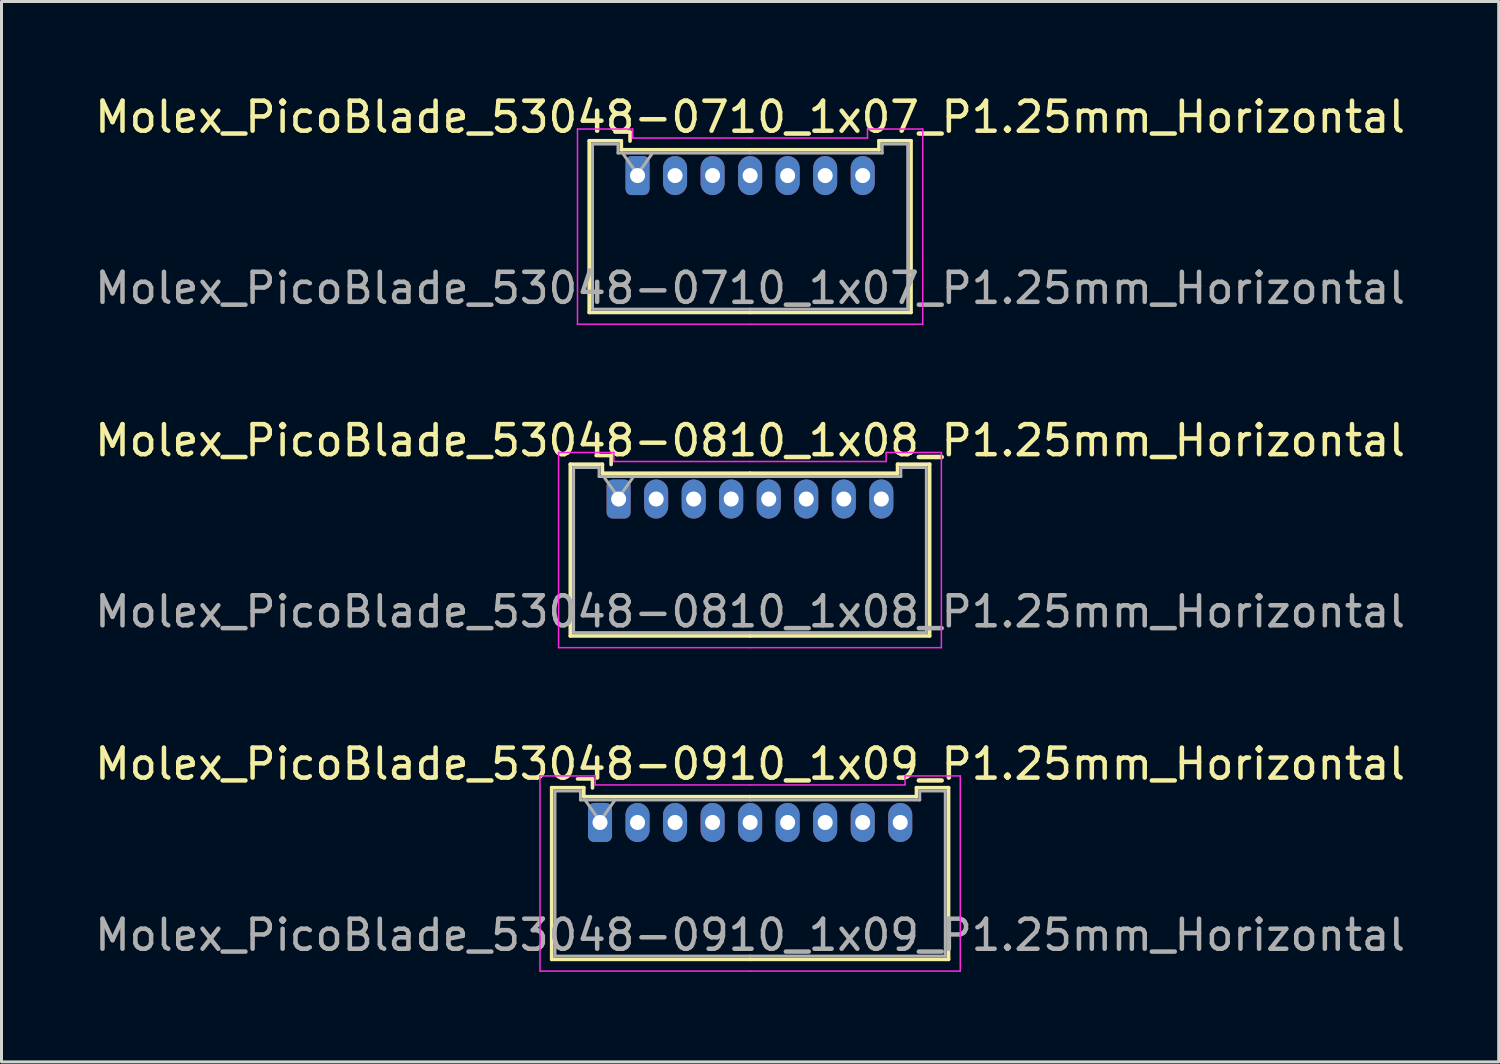
<source format=kicad_pcb>
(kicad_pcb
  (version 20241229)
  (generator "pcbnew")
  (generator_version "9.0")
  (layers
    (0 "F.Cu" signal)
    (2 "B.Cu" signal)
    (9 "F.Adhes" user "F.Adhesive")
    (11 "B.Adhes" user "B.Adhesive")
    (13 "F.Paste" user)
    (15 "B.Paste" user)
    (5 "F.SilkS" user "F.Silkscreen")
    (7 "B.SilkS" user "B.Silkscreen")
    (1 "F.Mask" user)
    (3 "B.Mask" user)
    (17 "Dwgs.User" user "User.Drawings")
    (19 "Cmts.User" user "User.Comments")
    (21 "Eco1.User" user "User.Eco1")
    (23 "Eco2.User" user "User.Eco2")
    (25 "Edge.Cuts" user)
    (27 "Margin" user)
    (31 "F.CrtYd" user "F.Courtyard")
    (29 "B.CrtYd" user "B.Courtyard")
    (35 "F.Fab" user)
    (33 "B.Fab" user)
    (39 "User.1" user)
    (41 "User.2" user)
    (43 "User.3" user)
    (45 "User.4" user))
  (footprint "Molex_PicoBlade_53048-0910_1x09_P1.25mm_Horizontal"
    (layer "F.Cu")
    (at 16.935 24.345)
    (property "Reference" "Molex_PicoBlade_53048-0910_1x09_P1.25mm_Horizontal" (at 5 -1.95 0) (layer "F.SilkS") (effects (font (size 1 1) (thickness 0.15))))
    (attr through_hole)
    (fp_line (start -1.61 -1.16) (end -1.61 4.56) (stroke (width 0.12) (type solid)) (layer "F.SilkS"))
    (fp_line (start -1.61 4.56) (end 5 4.56) (stroke (width 0.12) (type solid)) (layer "F.SilkS"))
    (fp_line (start -0.54 -1.16) (end -1.61 -1.16) (stroke (width 0.12) (type solid)) (layer "F.SilkS"))
    (fp_line (start -0.54 -0.86) (end -0.54 -1.16) (stroke (width 0.12) (type solid)) (layer "F.SilkS"))
    (fp_line (start -0.25 -1.45) (end -0.75 -1.45) (stroke (width 0.12) (type solid)) (layer "F.SilkS"))
    (fp_line (start -0.25 -1.15) (end -0.25 -1.45) (stroke (width 0.12) (type solid)) (layer "F.SilkS"))
    (fp_line (start 5 -0.86) (end -0.54 -0.86) (stroke (width 0.12) (type solid)) (layer "F.SilkS"))
    (fp_line (start 5 -0.86) (end 10.54 -0.86) (stroke (width 0.12) (type solid)) (layer "F.SilkS"))
    (fp_line (start 10.54 -1.16) (end 11.61 -1.16) (stroke (width 0.12) (type solid)) (layer "F.SilkS"))
    (fp_line (start 10.54 -0.86) (end 10.54 -1.16) (stroke (width 0.12) (type solid)) (layer "F.SilkS"))
    (fp_line (start 11.61 -1.16) (end 11.61 4.56) (stroke (width 0.12) (type solid)) (layer "F.SilkS"))
    (fp_line (start 11.61 4.56) (end 5 4.56) (stroke (width 0.12) (type solid)) (layer "F.SilkS"))
    (fp_line (start -2 -1.55) (end -2 4.95) (stroke (width 0.05) (type solid)) (layer "F.CrtYd"))
    (fp_line (start -2 4.95) (end 5 4.95) (stroke (width 0.05) (type solid)) (layer "F.CrtYd"))
    (fp_line (start -0.16 -1.55) (end -2 -1.55) (stroke (width 0.05) (type solid)) (layer "F.CrtYd"))
    (fp_line (start -0.16 -1.25) (end -0.16 -1.55) (stroke (width 0.05) (type solid)) (layer "F.CrtYd"))
    (fp_line (start 5 -1.25) (end -0.16 -1.25) (stroke (width 0.05) (type solid)) (layer "F.CrtYd"))
    (fp_line (start 5 -1.25) (end 10.16 -1.25) (stroke (width 0.05) (type solid)) (layer "F.CrtYd"))
    (fp_line (start 10.16 -1.55) (end 12 -1.55) (stroke (width 0.05) (type solid)) (layer "F.CrtYd"))
    (fp_line (start 10.16 -1.25) (end 10.16 -1.55) (stroke (width 0.05) (type solid)) (layer "F.CrtYd"))
    (fp_line (start 12 -1.55) (end 12 4.95) (stroke (width 0.05) (type solid)) (layer "F.CrtYd"))
    (fp_line (start 12 4.95) (end 5 4.95) (stroke (width 0.05) (type solid)) (layer "F.CrtYd"))
    (fp_line (start -1.5 -1.05) (end -1.5 4.45) (stroke (width 0.1) (type solid)) (layer "F.Fab"))
    (fp_line (start -1.5 4.45) (end 5 4.45) (stroke (width 0.1) (type solid)) (layer "F.Fab"))
    (fp_line (start -0.65 -1.05) (end -1.5 -1.05) (stroke (width 0.1) (type solid)) (layer "F.Fab"))
    (fp_line (start -0.65 -0.75) (end -0.65 -1.05) (stroke (width 0.1) (type solid)) (layer "F.Fab"))
    (fp_line (start -0.5 -0.75) (end 0 -0.043) (stroke (width 0.1) (type solid)) (layer "F.Fab"))
    (fp_line (start 0 -0.043) (end 0.5 -0.75) (stroke (width 0.1) (type solid)) (layer "F.Fab"))
    (fp_line (start 5 -0.75) (end -0.65 -0.75) (stroke (width 0.1) (type solid)) (layer "F.Fab"))
    (fp_line (start 5 -0.75) (end 10.65 -0.75) (stroke (width 0.1) (type solid)) (layer "F.Fab"))
    (fp_line (start 10.65 -1.05) (end 11.5 -1.05) (stroke (width 0.1) (type solid)) (layer "F.Fab"))
    (fp_line (start 10.65 -0.75) (end 10.65 -1.05) (stroke (width 0.1) (type solid)) (layer "F.Fab"))
    (fp_line (start 11.5 -1.05) (end 11.5 4.45) (stroke (width 0.1) (type solid)) (layer "F.Fab"))
    (fp_line (start 11.5 4.45) (end 5 4.45) (stroke (width 0.1) (type solid)) (layer "F.Fab"))
    (fp_text user "${REFERENCE}" (at 5 3.75 0) (layer "F.Fab") (effects (font (size 1 1) (thickness 0.15))))
    (pad "1" thru_hole roundrect (at 0 0) (size 0.8 1.3) (drill 0.5) (layers "*.Cu" "*.Mask") (roundrect_rratio 0.25))
    (pad "2" thru_hole oval (at 1.25 0) (size 0.8 1.3) (drill 0.5) (layers "*.Cu" "*.Mask"))
    (pad "3" thru_hole oval (at 2.5 0) (size 0.8 1.3) (drill 0.5) (layers "*.Cu" "*.Mask"))
    (pad "4" thru_hole oval (at 3.75 0) (size 0.8 1.3) (drill 0.5) (layers "*.Cu" "*.Mask"))
    (pad "5" thru_hole oval (at 5 0) (size 0.8 1.3) (drill 0.5) (layers "*.Cu" "*.Mask"))
    (pad "6" thru_hole oval (at 6.25 0) (size 0.8 1.3) (drill 0.5) (layers "*.Cu" "*.Mask"))
    (pad "7" thru_hole oval (at 7.5 0) (size 0.8 1.3) (drill 0.5) (layers "*.Cu" "*.Mask"))
    (pad "8" thru_hole oval (at 8.75 0) (size 0.8 1.3) (drill 0.5) (layers "*.Cu" "*.Mask"))
    (pad "9" thru_hole oval (at 10 0) (size 0.8 1.3) (drill 0.5) (layers "*.Cu" "*.Mask")))
  (footprint "Molex_PicoBlade_53048-0710_1x07_P1.25mm_Horizontal"
    (layer "F.Cu")
    (at 18.185 2.798)
    (property "Reference" "Molex_PicoBlade_53048-0710_1x07_P1.25mm_Horizontal" (at 3.75 -1.95 0) (layer "F.SilkS") (effects (font (size 1 1) (thickness 0.15))))
    (attr through_hole)
    (fp_line (start -1.61 -1.16) (end -1.61 4.56) (stroke (width 0.12) (type solid)) (layer "F.SilkS"))
    (fp_line (start -1.61 4.56) (end 3.75 4.56) (stroke (width 0.12) (type solid)) (layer "F.SilkS"))
    (fp_line (start -0.54 -1.16) (end -1.61 -1.16) (stroke (width 0.12) (type solid)) (layer "F.SilkS"))
    (fp_line (start -0.54 -0.86) (end -0.54 -1.16) (stroke (width 0.12) (type solid)) (layer "F.SilkS"))
    (fp_line (start -0.25 -1.45) (end -0.75 -1.45) (stroke (width 0.12) (type solid)) (layer "F.SilkS"))
    (fp_line (start -0.25 -1.15) (end -0.25 -1.45) (stroke (width 0.12) (type solid)) (layer "F.SilkS"))
    (fp_line (start 3.75 -0.86) (end -0.54 -0.86) (stroke (width 0.12) (type solid)) (layer "F.SilkS"))
    (fp_line (start 3.75 -0.86) (end 8.04 -0.86) (stroke (width 0.12) (type solid)) (layer "F.SilkS"))
    (fp_line (start 8.04 -1.16) (end 9.11 -1.16) (stroke (width 0.12) (type solid)) (layer "F.SilkS"))
    (fp_line (start 8.04 -0.86) (end 8.04 -1.16) (stroke (width 0.12) (type solid)) (layer "F.SilkS"))
    (fp_line (start 9.11 -1.16) (end 9.11 4.56) (stroke (width 0.12) (type solid)) (layer "F.SilkS"))
    (fp_line (start 9.11 4.56) (end 3.75 4.56) (stroke (width 0.12) (type solid)) (layer "F.SilkS"))
    (fp_line (start -2 -1.55) (end -2 4.95) (stroke (width 0.05) (type solid)) (layer "F.CrtYd"))
    (fp_line (start -2 4.95) (end 3.75 4.95) (stroke (width 0.05) (type solid)) (layer "F.CrtYd"))
    (fp_line (start -0.16 -1.55) (end -2 -1.55) (stroke (width 0.05) (type solid)) (layer "F.CrtYd"))
    (fp_line (start -0.16 -1.25) (end -0.16 -1.55) (stroke (width 0.05) (type solid)) (layer "F.CrtYd"))
    (fp_line (start 3.75 -1.25) (end -0.16 -1.25) (stroke (width 0.05) (type solid)) (layer "F.CrtYd"))
    (fp_line (start 3.75 -1.25) (end 7.66 -1.25) (stroke (width 0.05) (type solid)) (layer "F.CrtYd"))
    (fp_line (start 7.66 -1.55) (end 9.5 -1.55) (stroke (width 0.05) (type solid)) (layer "F.CrtYd"))
    (fp_line (start 7.66 -1.25) (end 7.66 -1.55) (stroke (width 0.05) (type solid)) (layer "F.CrtYd"))
    (fp_line (start 9.5 -1.55) (end 9.5 4.95) (stroke (width 0.05) (type solid)) (layer "F.CrtYd"))
    (fp_line (start 9.5 4.95) (end 3.75 4.95) (stroke (width 0.05) (type solid)) (layer "F.CrtYd"))
    (fp_line (start -1.5 -1.05) (end -1.5 4.45) (stroke (width 0.1) (type solid)) (layer "F.Fab"))
    (fp_line (start -1.5 4.45) (end 3.75 4.45) (stroke (width 0.1) (type solid)) (layer "F.Fab"))
    (fp_line (start -0.65 -1.05) (end -1.5 -1.05) (stroke (width 0.1) (type solid)) (layer "F.Fab"))
    (fp_line (start -0.65 -0.75) (end -0.65 -1.05) (stroke (width 0.1) (type solid)) (layer "F.Fab"))
    (fp_line (start -0.5 -0.75) (end 0 -0.043) (stroke (width 0.1) (type solid)) (layer "F.Fab"))
    (fp_line (start 0 -0.043) (end 0.5 -0.75) (stroke (width 0.1) (type solid)) (layer "F.Fab"))
    (fp_line (start 3.75 -0.75) (end -0.65 -0.75) (stroke (width 0.1) (type solid)) (layer "F.Fab"))
    (fp_line (start 3.75 -0.75) (end 8.15 -0.75) (stroke (width 0.1) (type solid)) (layer "F.Fab"))
    (fp_line (start 8.15 -1.05) (end 9 -1.05) (stroke (width 0.1) (type solid)) (layer "F.Fab"))
    (fp_line (start 8.15 -0.75) (end 8.15 -1.05) (stroke (width 0.1) (type solid)) (layer "F.Fab"))
    (fp_line (start 9 -1.05) (end 9 4.45) (stroke (width 0.1) (type solid)) (layer "F.Fab"))
    (fp_line (start 9 4.45) (end 3.75 4.45) (stroke (width 0.1) (type solid)) (layer "F.Fab"))
    (fp_text user "${REFERENCE}" (at 3.75 3.75 0) (layer "F.Fab") (effects (font (size 1 1) (thickness 0.15))))
    (pad "1" thru_hole roundrect (at 0 0) (size 0.8 1.3) (drill 0.5) (layers "*.Cu" "*.Mask") (roundrect_rratio 0.25))
    (pad "2" thru_hole oval (at 1.25 0) (size 0.8 1.3) (drill 0.5) (layers "*.Cu" "*.Mask"))
    (pad "3" thru_hole oval (at 2.5 0) (size 0.8 1.3) (drill 0.5) (layers "*.Cu" "*.Mask"))
    (pad "4" thru_hole oval (at 3.75 0) (size 0.8 1.3) (drill 0.5) (layers "*.Cu" "*.Mask"))
    (pad "5" thru_hole oval (at 5 0) (size 0.8 1.3) (drill 0.5) (layers "*.Cu" "*.Mask"))
    (pad "6" thru_hole oval (at 6.25 0) (size 0.8 1.3) (drill 0.5) (layers "*.Cu" "*.Mask"))
    (pad "7" thru_hole oval (at 7.5 0) (size 0.8 1.3) (drill 0.5) (layers "*.Cu" "*.Mask")))
  (footprint "Molex_PicoBlade_53048-0810_1x08_P1.25mm_Horizontal"
    (layer "F.Cu")
    (at 17.555 13.572)
    (property "Reference" "Molex_PicoBlade_53048-0810_1x08_P1.25mm_Horizontal" (at 4.38 -1.95 0) (layer "F.SilkS") (effects (font (size 1 1) (thickness 0.15))))
    (attr through_hole)
    (fp_line (start -1.61 -1.16) (end -1.61 4.56) (stroke (width 0.12) (type solid)) (layer "F.SilkS"))
    (fp_line (start -1.61 4.56) (end 4.375 4.56) (stroke (width 0.12) (type solid)) (layer "F.SilkS"))
    (fp_line (start -0.54 -1.16) (end -1.61 -1.16) (stroke (width 0.12) (type solid)) (layer "F.SilkS"))
    (fp_line (start -0.54 -0.86) (end -0.54 -1.16) (stroke (width 0.12) (type solid)) (layer "F.SilkS"))
    (fp_line (start -0.25 -1.45) (end -0.75 -1.45) (stroke (width 0.12) (type solid)) (layer "F.SilkS"))
    (fp_line (start -0.25 -1.15) (end -0.25 -1.45) (stroke (width 0.12) (type solid)) (layer "F.SilkS"))
    (fp_line (start 4.375 -0.86) (end -0.54 -0.86) (stroke (width 0.12) (type solid)) (layer "F.SilkS"))
    (fp_line (start 4.375 -0.86) (end 9.29 -0.86) (stroke (width 0.12) (type solid)) (layer "F.SilkS"))
    (fp_line (start 9.29 -1.16) (end 10.36 -1.16) (stroke (width 0.12) (type solid)) (layer "F.SilkS"))
    (fp_line (start 9.29 -0.86) (end 9.29 -1.16) (stroke (width 0.12) (type solid)) (layer "F.SilkS"))
    (fp_line (start 10.36 -1.16) (end 10.36 4.56) (stroke (width 0.12) (type solid)) (layer "F.SilkS"))
    (fp_line (start 10.36 4.56) (end 4.375 4.56) (stroke (width 0.12) (type solid)) (layer "F.SilkS"))
    (fp_line (start -2 -1.55) (end -2 4.95) (stroke (width 0.05) (type solid)) (layer "F.CrtYd"))
    (fp_line (start -2 4.95) (end 4.38 4.95) (stroke (width 0.05) (type solid)) (layer "F.CrtYd"))
    (fp_line (start -0.16 -1.55) (end -2 -1.55) (stroke (width 0.05) (type solid)) (layer "F.CrtYd"))
    (fp_line (start -0.16 -1.25) (end -0.16 -1.55) (stroke (width 0.05) (type solid)) (layer "F.CrtYd"))
    (fp_line (start 4.37 -1.25) (end 8.91 -1.25) (stroke (width 0.05) (type solid)) (layer "F.CrtYd"))
    (fp_line (start 4.38 -1.25) (end -0.16 -1.25) (stroke (width 0.05) (type solid)) (layer "F.CrtYd"))
    (fp_line (start 8.91 -1.55) (end 10.75 -1.55) (stroke (width 0.05) (type solid)) (layer "F.CrtYd"))
    (fp_line (start 8.91 -1.25) (end 8.91 -1.55) (stroke (width 0.05) (type solid)) (layer "F.CrtYd"))
    (fp_line (start 10.75 -1.55) (end 10.75 4.95) (stroke (width 0.05) (type solid)) (layer "F.CrtYd"))
    (fp_line (start 10.75 4.95) (end 4.37 4.95) (stroke (width 0.05) (type solid)) (layer "F.CrtYd"))
    (fp_line (start -1.5 -1.05) (end -1.5 4.45) (stroke (width 0.1) (type solid)) (layer "F.Fab"))
    (fp_line (start -1.5 4.45) (end 4.375 4.45) (stroke (width 0.1) (type solid)) (layer "F.Fab"))
    (fp_line (start -0.65 -1.05) (end -1.5 -1.05) (stroke (width 0.1) (type solid)) (layer "F.Fab"))
    (fp_line (start -0.65 -0.75) (end -0.65 -1.05) (stroke (width 0.1) (type solid)) (layer "F.Fab"))
    (fp_line (start -0.5 -0.75) (end 0 -0.043) (stroke (width 0.1) (type solid)) (layer "F.Fab"))
    (fp_line (start 0 -0.043) (end 0.5 -0.75) (stroke (width 0.1) (type solid)) (layer "F.Fab"))
    (fp_line (start 4.375 -0.75) (end -0.65 -0.75) (stroke (width 0.1) (type solid)) (layer "F.Fab"))
    (fp_line (start 4.375 -0.75) (end 9.4 -0.75) (stroke (width 0.1) (type solid)) (layer "F.Fab"))
    (fp_line (start 9.4 -1.05) (end 10.25 -1.05) (stroke (width 0.1) (type solid)) (layer "F.Fab"))
    (fp_line (start 9.4 -0.75) (end 9.4 -1.05) (stroke (width 0.1) (type solid)) (layer "F.Fab"))
    (fp_line (start 10.25 -1.05) (end 10.25 4.45) (stroke (width 0.1) (type solid)) (layer "F.Fab"))
    (fp_line (start 10.25 4.45) (end 4.375 4.45) (stroke (width 0.1) (type solid)) (layer "F.Fab"))
    (fp_text user "${REFERENCE}" (at 4.38 3.75 0) (layer "F.Fab") (effects (font (size 1 1) (thickness 0.15))))
    (pad "1" thru_hole roundrect (at 0 0) (size 0.8 1.3) (drill 0.5) (layers "*.Cu" "*.Mask") (roundrect_rratio 0.25))
    (pad "2" thru_hole oval (at 1.25 0) (size 0.8 1.3) (drill 0.5) (layers "*.Cu" "*.Mask"))
    (pad "3" thru_hole oval (at 2.5 0) (size 0.8 1.3) (drill 0.5) (layers "*.Cu" "*.Mask"))
    (pad "4" thru_hole oval (at 3.75 0) (size 0.8 1.3) (drill 0.5) (layers "*.Cu" "*.Mask"))
    (pad "5" thru_hole oval (at 5 0) (size 0.8 1.3) (drill 0.5) (layers "*.Cu" "*.Mask"))
    (pad "6" thru_hole oval (at 6.25 0) (size 0.8 1.3) (drill 0.5) (layers "*.Cu" "*.Mask"))
    (pad "7" thru_hole oval (at 7.5 0) (size 0.8 1.3) (drill 0.5) (layers "*.Cu" "*.Mask"))
    (pad "8" thru_hole oval (at 8.75 0) (size 0.8 1.3) (drill 0.5) (layers "*.Cu" "*.Mask")))
  (gr_rect
    (start -3 -3)
    (end 46.869 32.32)
    (stroke (width 0.1) (type default))
    (fill no)
    (layer "Edge.Cuts")))
</source>
